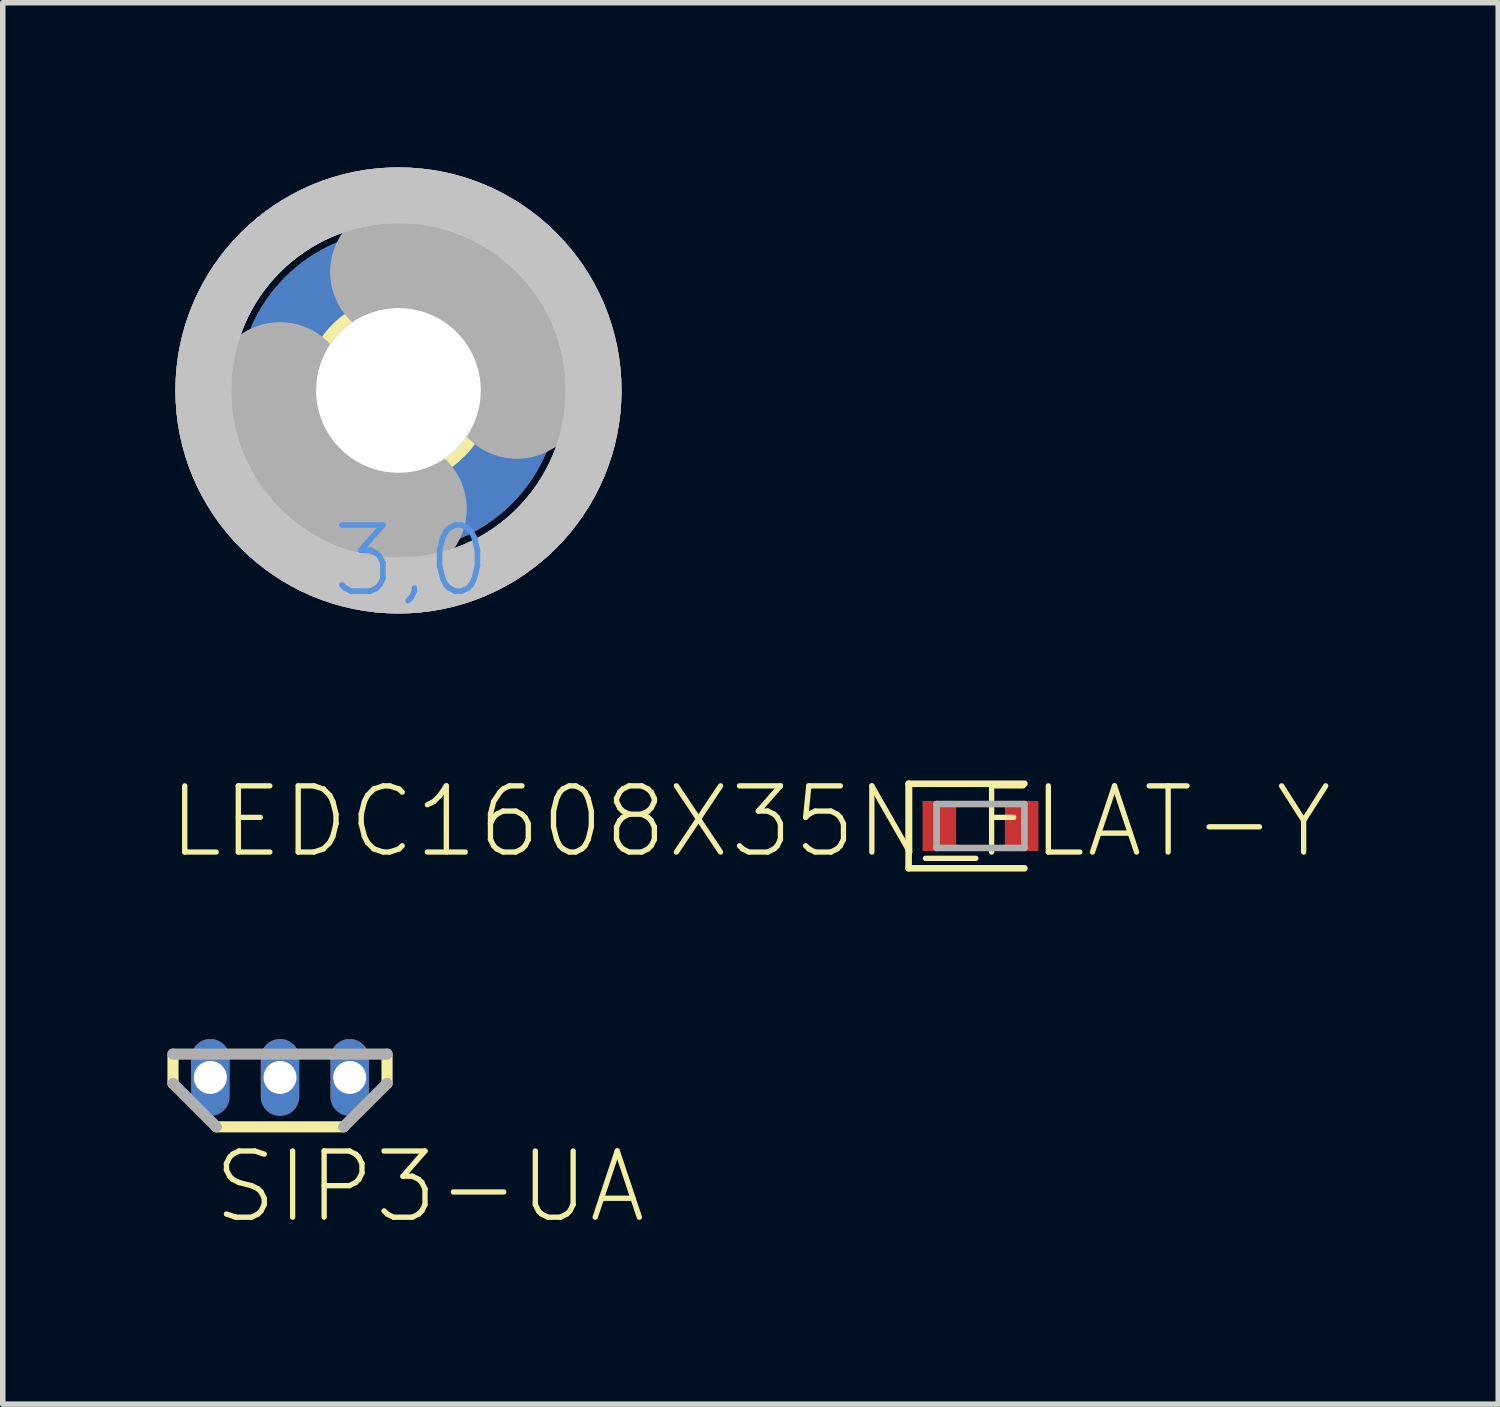
<source format=kicad_pcb>
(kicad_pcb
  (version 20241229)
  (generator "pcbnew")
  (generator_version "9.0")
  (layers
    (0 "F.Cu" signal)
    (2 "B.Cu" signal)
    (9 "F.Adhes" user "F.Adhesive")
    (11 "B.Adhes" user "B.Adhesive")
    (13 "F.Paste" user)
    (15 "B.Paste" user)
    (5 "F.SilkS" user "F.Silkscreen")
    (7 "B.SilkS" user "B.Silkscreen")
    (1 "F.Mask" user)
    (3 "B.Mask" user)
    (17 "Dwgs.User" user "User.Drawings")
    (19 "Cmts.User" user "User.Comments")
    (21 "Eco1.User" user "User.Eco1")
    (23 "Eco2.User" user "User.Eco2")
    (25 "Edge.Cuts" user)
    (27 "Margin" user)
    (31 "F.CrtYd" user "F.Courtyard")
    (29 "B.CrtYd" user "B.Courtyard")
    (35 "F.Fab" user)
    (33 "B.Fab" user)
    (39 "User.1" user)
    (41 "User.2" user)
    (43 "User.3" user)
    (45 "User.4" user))
  (footprint "SIP3-UA"
    (layer "F.Cu")
    (at 2.052 16.581)
    (property "Reference" "SIP3-UA" (at -1.27 2.699 180) (layer "F.SilkS") (effects (font (size 1.206 1.206) (thickness 0.097)) (justify left bottom)))
    (attr through_hole)
    (fp_line (start -1.95 -0.425) (end -1.95 0.11) (stroke (width 0.203) (type solid)) (layer "F.SilkS"))
    (fp_line (start -1.16 0.9) (end 1.16 0.9) (stroke (width 0.203) (type solid)) (layer "F.SilkS"))
    (fp_line (start 1.95 0.11) (end 1.95 -0.425) (stroke (width 0.203) (type solid)) (layer "F.SilkS"))
    (fp_line (start -1.95 0.11) (end -1.16 0.9) (stroke (width 0.203) (type solid)) (layer "F.Fab"))
    (fp_line (start 1.16 0.9) (end 1.95 0.11) (stroke (width 0.203) (type solid)) (layer "F.Fab"))
    (fp_line (start 1.95 -0.425) (end -1.95 -0.425) (stroke (width 0.203) (type solid)) (layer "F.Fab"))
    (pad "1" thru_hole oval (at -1.27 0 90) (size 1.4 0.7) (drill 0.6) (layers "*.Cu" "*.Mask"))
    (pad "2" thru_hole oval (at 0 0 90) (size 1.4 0.7) (drill 0.6) (layers "*.Cu" "*.Mask"))
    (pad "3" thru_hole oval (at 1.27 0 90) (size 1.4 0.7) (drill 0.6) (layers "*.Cu" "*.Mask")))
  (footprint "LEDC1608X35N_FLAT-Y"
    (layer "F.Cu")
    (at 14.815 12)
    (property "Reference" "LEDC1608X35N_FLAT-Y" (at -4.191 0.627 180) (layer "F.SilkS") (effects (font (size 1.206 1.206) (thickness 0.097)) (justify bottom)))
    (attr through_hole)
    (fp_line (start -1.31 -0.77) (end -1.31 0.77) (stroke (width 0.12) (type solid)) (layer "F.SilkS"))
    (fp_line (start -1.31 -0.77) (end 0.8 -0.77) (stroke (width 0.12) (type solid)) (layer "F.SilkS"))
    (fp_line (start -1.31 0.77) (end 0.8 0.77) (stroke (width 0.12) (type solid)) (layer "F.SilkS"))
    (fp_line (start -0.8 -0.4) (end 0.8 -0.4) (stroke (width 0.12) (type solid)) (layer "F.Fab"))
    (fp_line (start -0.8 0.4) (end -0.8 -0.4) (stroke (width 0.12) (type solid)) (layer "F.Fab"))
    (fp_line (start 0.8 -0.4) (end 0.8 0.4) (stroke (width 0.12) (type solid)) (layer "F.Fab"))
    (fp_line (start 0.8 0.4) (end -0.8 0.4) (stroke (width 0.12) (type solid)) (layer "F.Fab"))
    (pad "A" smd rect (at 0.75 0) (size 0.612 0.912) (layers "F.Cu" "F.Mask" "F.Paste"))
    (pad "C" smd rect (at -0.75 0) (size 0.612 0.912) (layers "F.Cu" "F.Mask" "F.Paste")))
  (footprint "3,0-PAD"
    (layer "F.Cu")
    (at 4.21 4.064)
    (property "Reference" "3,0-PAD" (at 0 0 0) (layer "F.SilkS") (effects (font (size 1.27 1.27) (thickness 0.15))))
    (attr through_hole)
    (fp_circle (center 0 0) (end 1.6 0) (stroke (width 0.203) (type solid)) (fill no) (layer "F.SilkS"))
    (fp_circle (center 0 0) (end 3.429 0) (stroke (width 0.152) (type solid)) (fill no) (layer "F.SilkS"))
    (fp_circle (center 0 0) (end 3.556 0) (stroke (width 1.016) (type solid)) (fill no) (layer "Dwgs.User"))
    (fp_circle (center 0 0) (end 3.556 0) (stroke (width 1.016) (type solid)) (fill no) (layer "Dwgs.User"))
    (fp_circle (center 0 0) (end 3.556 0) (stroke (width 1.016) (type solid)) (fill no) (layer "Dwgs.User"))
    (fp_arc (start 0 -2.159) (mid 1.526644 -1.526644) (end 2.159 0) (stroke (width 2.4892) (type solid)) (layer "F.Fab"))
    (fp_arc (start 0 2.159) (mid -1.526644 1.526644) (end -2.159 0) (stroke (width 2.4892) (type solid)) (layer "F.Fab"))
    (fp_circle (center 0 0) (end 0.762 0) (stroke (width 0.457) (type solid)) (fill no) (layer "F.Fab"))
    (fp_text user "3,0" (at -1.27 3.81 0) (layer "Cmts.User") (effects (font (size 1.206 1.206) (thickness 0.102)) (justify left bottom)))
    (pad "B3,0" thru_hole circle (at 0 0) (size 5.842 5.842) (drill 3) (layers "*.Cu" "*.Mask")))
  (gr_rect
    (start -3 -3)
    (end 24.248 22.534)
    (stroke (width 0.1) (type default))
    (fill no)
    (layer "Edge.Cuts")))
</source>
